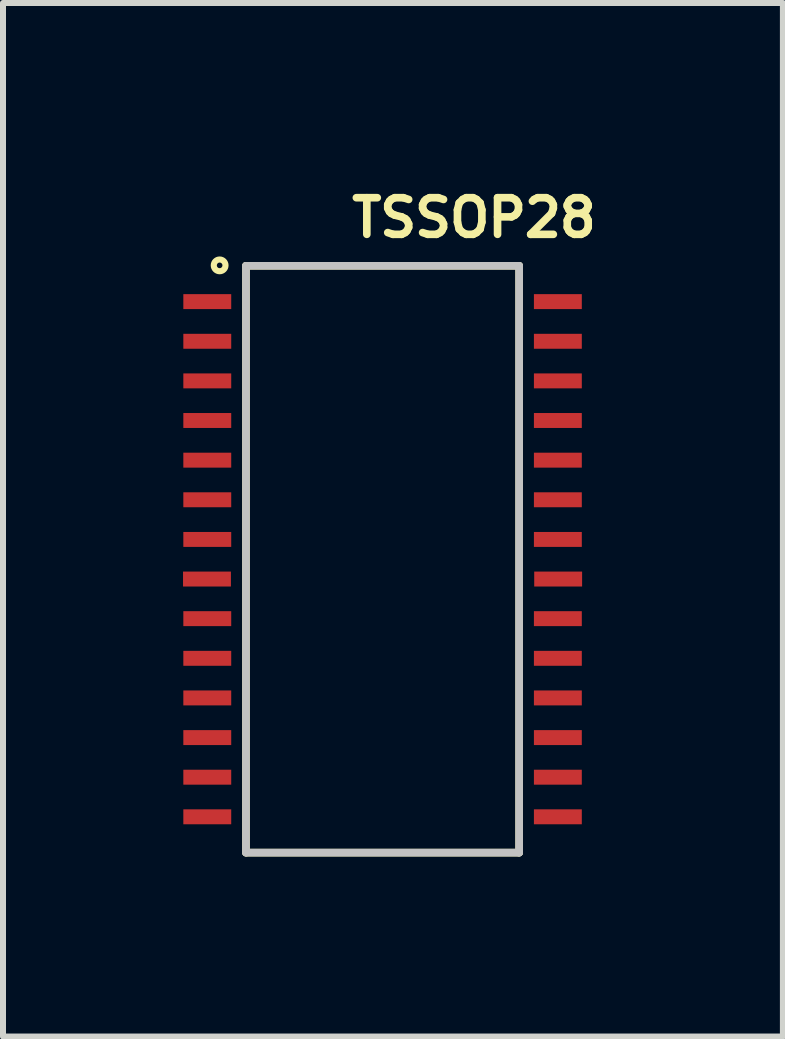
<source format=kicad_pcb>
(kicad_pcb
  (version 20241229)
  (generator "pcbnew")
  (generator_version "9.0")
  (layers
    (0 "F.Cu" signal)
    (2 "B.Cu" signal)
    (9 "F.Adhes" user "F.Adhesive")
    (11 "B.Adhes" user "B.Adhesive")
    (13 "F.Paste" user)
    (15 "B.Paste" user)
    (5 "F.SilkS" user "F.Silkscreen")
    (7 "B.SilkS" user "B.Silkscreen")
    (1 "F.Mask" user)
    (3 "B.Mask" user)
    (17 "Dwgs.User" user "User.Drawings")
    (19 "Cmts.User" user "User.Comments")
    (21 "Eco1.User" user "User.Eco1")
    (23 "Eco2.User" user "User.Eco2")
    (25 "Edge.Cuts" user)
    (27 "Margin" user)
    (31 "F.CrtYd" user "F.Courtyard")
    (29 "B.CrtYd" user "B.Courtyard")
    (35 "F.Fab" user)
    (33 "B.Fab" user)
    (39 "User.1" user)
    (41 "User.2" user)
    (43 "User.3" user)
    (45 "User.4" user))
  (footprint "TSSOP28"
    (layer "F.Cu")
    (at 3.325 6.599)
    (property "Reference" "TSSOP28" (at 1.524 -6.02 0) (layer "F.SilkS") (effects (font (size 0.61 0.61) (thickness 0.127))))
    (attr smd)
    (fp_line (start -2.276 -5.22) (end 2.276 -5.22) (stroke (width 0.127) (type solid)) (layer "F.SilkS"))
    (fp_line (start -2.276 4.559) (end -2.276 -5.22) (stroke (width 0.127) (type solid)) (layer "F.SilkS"))
    (fp_line (start 2.276 -5.22) (end 2.276 4.559) (stroke (width 0.127) (type solid)) (layer "F.SilkS"))
    (fp_line (start 2.276 4.559) (end -2.276 4.559) (stroke (width 0.127) (type solid)) (layer "F.SilkS"))
    (fp_circle (center -2.715 -5.227) (end -2.784 -5.296) (stroke (width 0.102) (type solid)) (fill no) (layer "F.SilkS"))
    (fp_line (start -2.276 -5.22) (end -2.276 4.559) (stroke (width 0.127) (type solid)) (layer "Dwgs.User"))
    (fp_line (start -2.276 4.559) (end 2.276 4.559) (stroke (width 0.127) (type solid)) (layer "Dwgs.User"))
    (fp_line (start 2.276 -5.22) (end -2.276 -5.22) (stroke (width 0.127) (type solid)) (layer "Dwgs.User"))
    (fp_line (start 2.276 4.559) (end 2.276 -5.22) (stroke (width 0.127) (type solid)) (layer "Dwgs.User"))
    (pad "1" smd rect (at -2.921 -4.623) (size 0.798 0.249) (layers "F.Cu" "F.Mask" "F.Paste"))
    (pad "2" smd rect (at -2.921 -3.962) (size 0.798 0.249) (layers "F.Cu" "F.Mask" "F.Paste"))
    (pad "3" smd rect (at -2.921 -3.302) (size 0.798 0.249) (layers "F.Cu" "F.Mask" "F.Paste"))
    (pad "4" smd rect (at -2.921 -2.642) (size 0.798 0.249) (layers "F.Cu" "F.Mask" "F.Paste"))
    (pad "5" smd rect (at -2.921 -1.981) (size 0.798 0.249) (layers "F.Cu" "F.Mask" "F.Paste"))
    (pad "6" smd rect (at -2.921 -1.321) (size 0.798 0.249) (layers "F.Cu" "F.Mask" "F.Paste"))
    (pad "7" smd rect (at -2.921 -0.66) (size 0.798 0.249) (layers "F.Cu" "F.Mask" "F.Paste"))
    (pad "8" smd rect (at -2.926 0) (size 0.798 0.249) (layers "F.Cu" "F.Mask" "F.Paste"))
    (pad "9" smd rect (at -2.921 0.66) (size 0.798 0.249) (layers "F.Cu" "F.Mask" "F.Paste"))
    (pad "10" smd rect (at -2.921 1.321) (size 0.798 0.249) (layers "F.Cu" "F.Mask" "F.Paste"))
    (pad "11" smd rect (at -2.921 1.981) (size 0.798 0.249) (layers "F.Cu" "F.Mask" "F.Paste"))
    (pad "12" smd rect (at -2.921 2.642) (size 0.798 0.249) (layers "F.Cu" "F.Mask" "F.Paste"))
    (pad "13" smd rect (at -2.921 3.302) (size 0.798 0.249) (layers "F.Cu" "F.Mask" "F.Paste"))
    (pad "14" smd rect (at -2.921 3.962) (size 0.798 0.249) (layers "F.Cu" "F.Mask" "F.Paste"))
    (pad "15" smd rect (at 2.921 3.962) (size 0.798 0.249) (layers "F.Cu" "F.Mask" "F.Paste"))
    (pad "16" smd rect (at 2.921 3.302) (size 0.798 0.249) (layers "F.Cu" "F.Mask" "F.Paste"))
    (pad "17" smd rect (at 2.921 2.642) (size 0.798 0.249) (layers "F.Cu" "F.Mask" "F.Paste"))
    (pad "18" smd rect (at 2.921 1.981) (size 0.798 0.249) (layers "F.Cu" "F.Mask" "F.Paste"))
    (pad "19" smd rect (at 2.921 1.321) (size 0.798 0.249) (layers "F.Cu" "F.Mask" "F.Paste"))
    (pad "20" smd rect (at 2.921 0.66) (size 0.798 0.249) (layers "F.Cu" "F.Mask" "F.Paste"))
    (pad "21" smd rect (at 2.926 0) (size 0.798 0.249) (layers "F.Cu" "F.Mask" "F.Paste"))
    (pad "22" smd rect (at 2.921 -0.66) (size 0.798 0.249) (layers "F.Cu" "F.Mask" "F.Paste"))
    (pad "23" smd rect (at 2.921 -1.321) (size 0.798 0.249) (layers "F.Cu" "F.Mask" "F.Paste"))
    (pad "24" smd rect (at 2.921 -1.981) (size 0.798 0.249) (layers "F.Cu" "F.Mask" "F.Paste"))
    (pad "25" smd rect (at 2.921 -2.642) (size 0.798 0.249) (layers "F.Cu" "F.Mask" "F.Paste"))
    (pad "26" smd rect (at 2.921 -3.302) (size 0.798 0.249) (layers "F.Cu" "F.Mask" "F.Paste"))
    (pad "27" smd rect (at 2.921 -3.962) (size 0.798 0.249) (layers "F.Cu" "F.Mask" "F.Paste"))
    (pad "28" smd rect (at 2.921 -4.623) (size 0.798 0.249) (layers "F.Cu" "F.Mask" "F.Paste")))
  (gr_rect
    (start -3 -3)
    (end 9.996 14.222)
    (stroke (width 0.1) (type default))
    (fill no)
    (layer "Edge.Cuts")))
</source>
